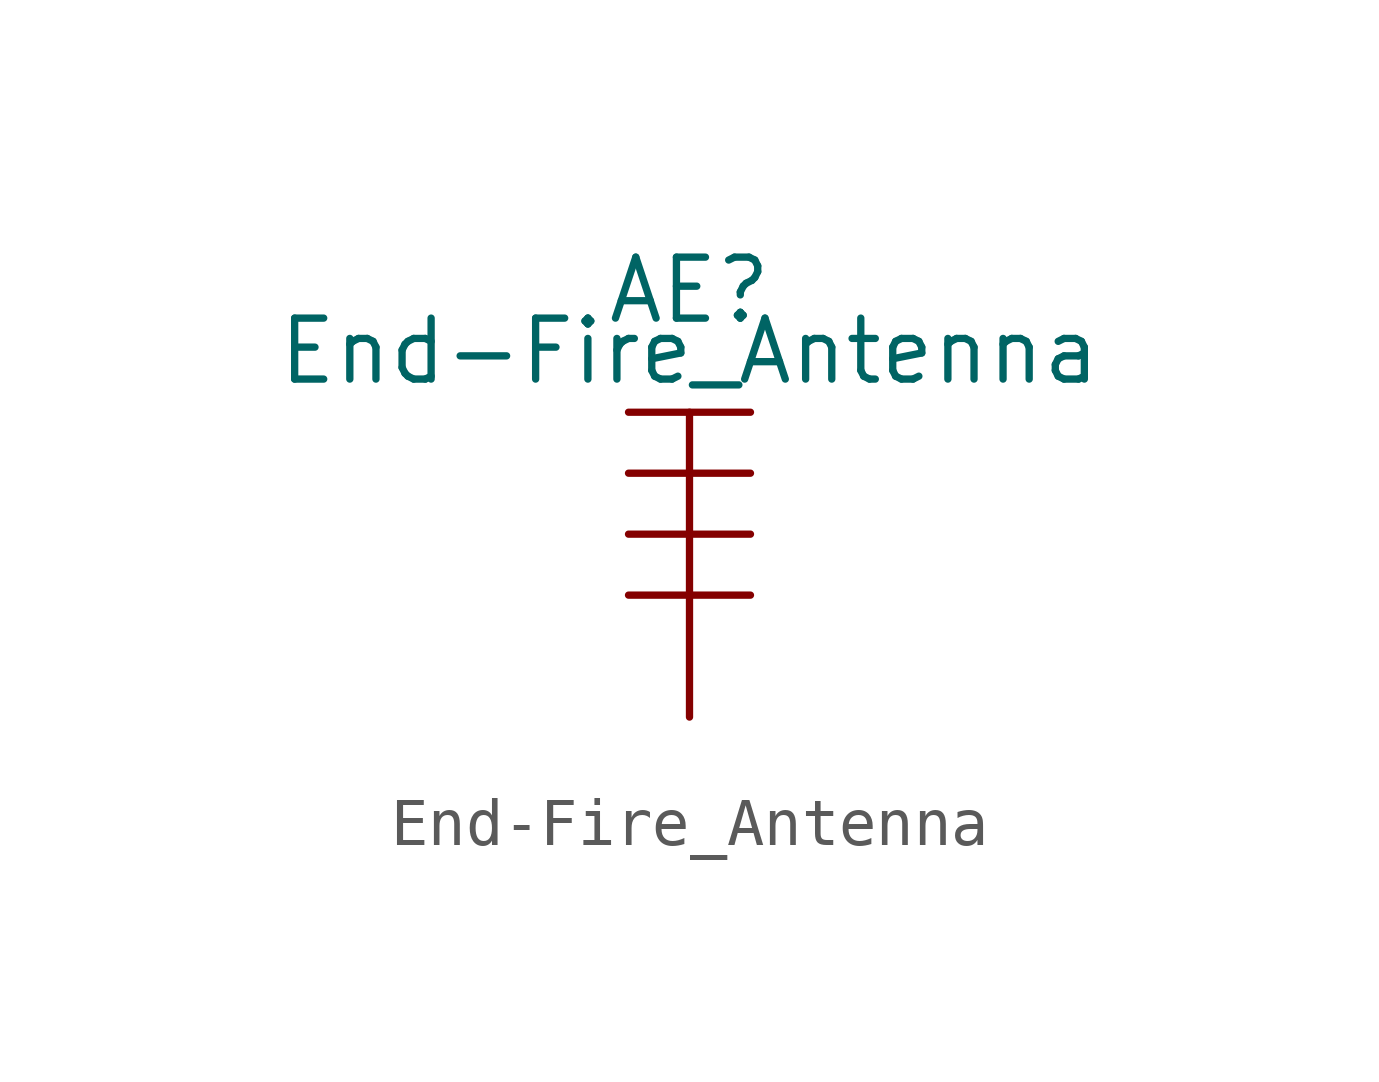
<source format=kicad_sym>
(kicad_symbol_lib
  (version 20211014)
  (generator kicad_symbol_editor)
  (symbol "End-Fire_Antenna"
    (property "Reference" "AE"
      (at 0 1.27 0)
      (effects (font (size 1.27 1.27))))
    (property "Value" "End-Fire_Antenna"
      (at 0 0 0)
      (effects (font (size 1.27 1.27))))
    (symbol "End-Fire_Antenna_0_1"
      (polyline (pts (xy -1.27 -5.08) (xy 1.27 -5.08)) (stroke (width 0) (type default) (color 0 0 0 0)) (fill (type none)))
      (polyline (pts (xy -1.27 -2.54) (xy 1.27 -2.54)) (stroke (width 0) (type default) (color 0 0 0 0)) (fill (type none)))
      (polyline (pts (xy -1.27 -1.27) (xy 1.27 -1.27)) (stroke (width 0) (type default) (color 0 0 0 0)) (fill (type none)))
      (polyline (pts (xy 0 -5.08) (xy 0 -1.27)) (stroke (width 0) (type default) (color 0 0 0 0)) (fill (type none)))
      (polyline (pts (xy 1.27 -3.81) (xy -1.27 -3.81)) (stroke (width 0) (type default) (color 0 0 0 0)) (fill (type none))))
    (symbol "End-Fire_Antenna_1_1"
      (pin input line (at 0 -7.62 90) (length 2.54) (name "" (effects (font (size 1.27 1.27)))) (number "" (effects (font (size 1.27 1.27))))))))
</source>
